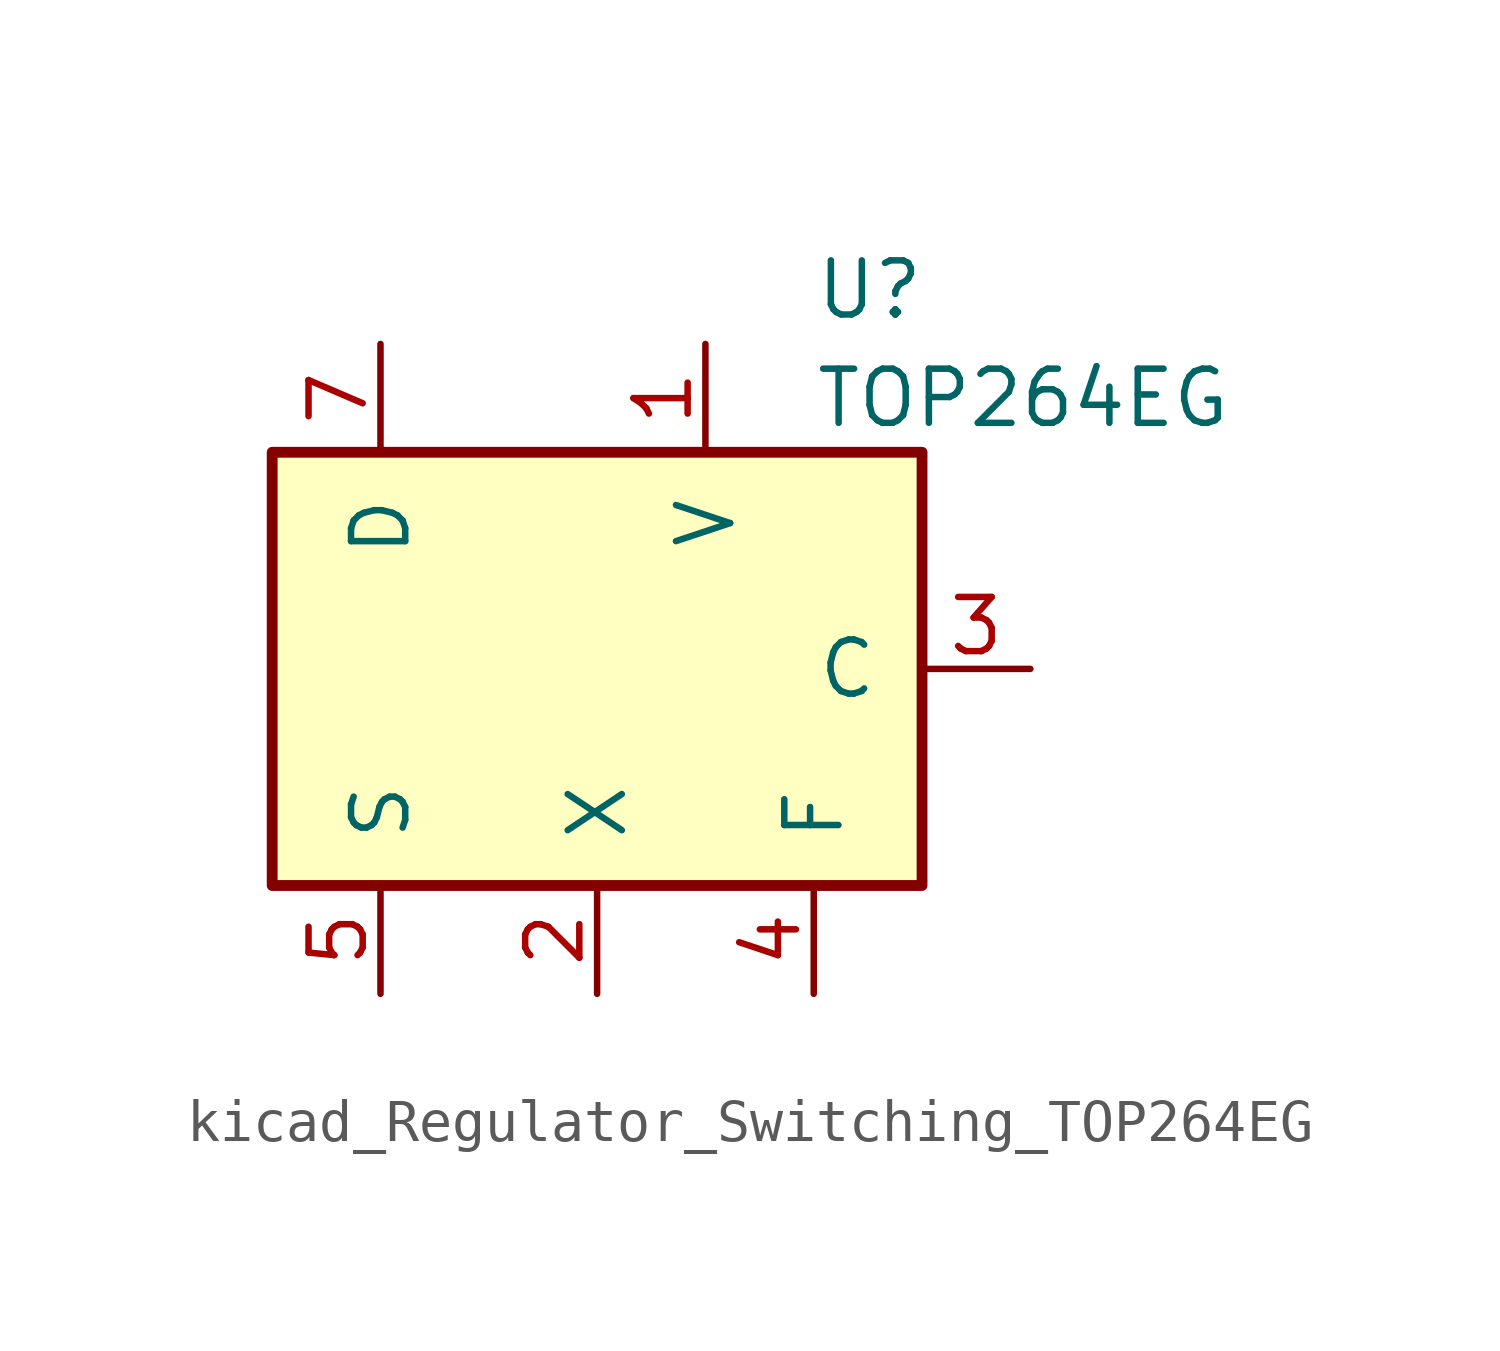
<source format=kicad_sym>
(kicad_symbol_lib
  (version 20220914)
  (generator kicad_symbol_editor)
  (symbol "kicad_Regulator_Switching_TOP264EG"
    (pin_names
      (offset 1.016))
    (property "Reference" "U"
      (at 5.08 8.89 0)
      (effects (font (size 1.27 1.27)) (justify left)))
    (property "Value" "TOP264EG"
      (at 5.08 6.35 0)
      (effects (font (size 1.27 1.27)) (justify left)))
    (symbol "kicad_Regulator_Switching_TOP264EG_0_1"
      (rectangle (start -7.62 5.08) (end 7.62 -5.08) (stroke (width 0.254) (type default)) (fill (type background))))
    (symbol "kicad_Regulator_Switching_TOP264EG_1_1"
      (pin input line (at 2.54 7.62 270) (length 2.54) (name "V" (effects (font (size 1.27 1.27)))) (number "1" (effects (font (size 1.27 1.27)))))
      (pin input line (at 0 -7.62 90) (length 2.54) (name "X" (effects (font (size 1.27 1.27)))) (number "2" (effects (font (size 1.27 1.27)))))
      (pin input line (at 10.16 0 180) (length 2.54) (name "C" (effects (font (size 1.27 1.27)))) (number "3" (effects (font (size 1.27 1.27)))))
      (pin passive line (at 5.08 -7.62 90) (length 2.54) (name "F" (effects (font (size 1.27 1.27)))) (number "4" (effects (font (size 1.27 1.27)))))
      (pin power_in line (at -5.08 -7.62 90) (length 2.54) (name "S" (effects (font (size 1.27 1.27)))) (number "5" (effects (font (size 1.27 1.27)))))
      (pin open_collector line (at -5.08 7.62 270) (length 2.54) (name "D" (effects (font (size 1.27 1.27)))) (number "7" (effects (font (size 1.27 1.27))))))))
</source>
